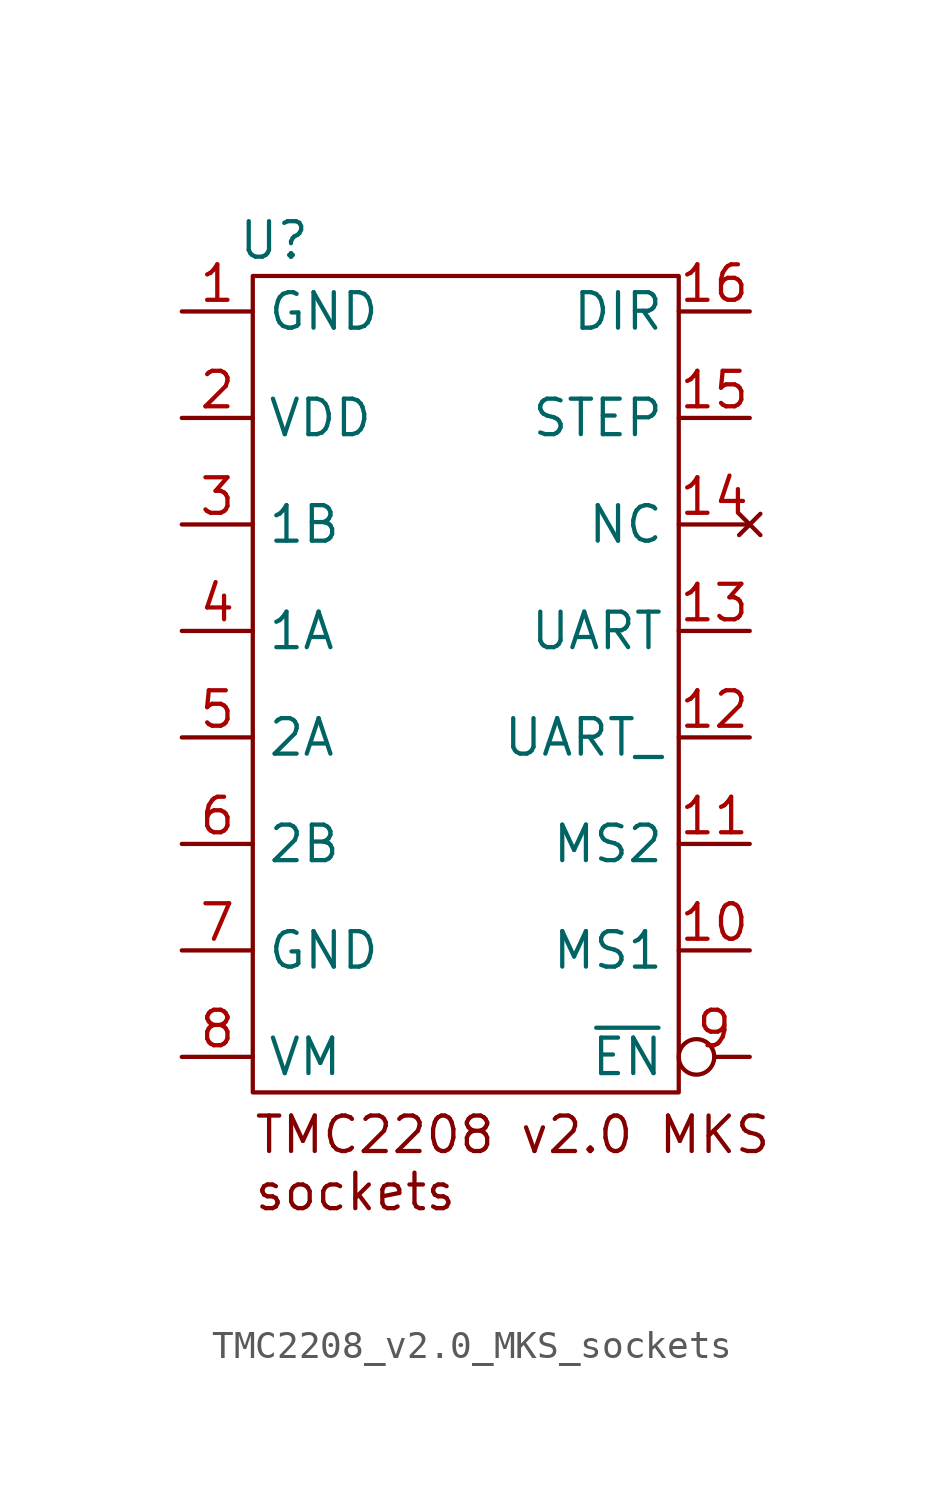
<source format=kicad_sym>
(kicad_symbol_lib
  (version 20231120)
  (generator "kicad_symbol_editor")
  (generator_version "8.0")
  (symbol "TMC2208_v2.0_MKS_sockets"
    (pin_names
      (offset 0.5))
    (property "Reference" "U"
      (at -6.858 15.24 0)
      (effects (font (size 1.27 1.27))))
    (property "Value" ""
      (at -6.35 3.81 0)
      (effects (font (size 1.27 1.27))))
    (symbol "TMC2208_v2.0_MKS_sockets_0_1"
      (rectangle (start 7.62 13.97) (end -7.62 -15.24) (stroke (width 0) (type default)) (fill (type none))))
    (symbol "TMC2208_v2.0_MKS_sockets_1_1"
      (text "TMC2208 v2.0 MKS\nsockets" (at -7.62 -17.78 0) (effects (font (size 1.27 1.27)) (justify left)))
      (pin power_in line (at -10.16 12.7 0) (length 2.54) (name "GND" (effects (font (size 1.27 1.27)))) (number "1" (effects (font (size 1.27 1.27)))))
      (pin input line (at 10.16 -10.16 180) (length 2.54) (name "MS1" (effects (font (size 1.27 1.27)))) (number "10" (effects (font (size 1.27 1.27)))))
      (pin input line (at 10.16 -6.35 180) (length 2.54) (name "MS2" (effects (font (size 1.27 1.27)))) (number "11" (effects (font (size 1.27 1.27)))))
      (pin power_in line (at 10.16 -2.54 180) (length 2.54) (name "UART_" (effects (font (size 1.27 1.27)))) (number "12" (effects (font (size 1.27 1.27)))))
      (pin bidirectional line (at 10.16 1.27 180) (length 2.54) (name "UART" (effects (font (size 1.27 1.27)))) (number "13" (effects (font (size 1.27 1.27)))))
      (pin no_connect line (at 10.16 5.08 180) (length 2.54) (name "NC" (effects (font (size 1.27 1.27)))) (number "14" (effects (font (size 1.27 1.27)))))
      (pin input line (at 10.16 8.89 180) (length 2.54) (name "STEP" (effects (font (size 1.27 1.27)))) (number "15" (effects (font (size 1.27 1.27)))))
      (pin input line (at 10.16 12.7 180) (length 2.54) (name "DIR" (effects (font (size 1.27 1.27)))) (number "16" (effects (font (size 1.27 1.27)))))
      (pin power_in line (at -10.16 8.89 0) (length 2.54) (name "VDD" (effects (font (size 1.27 1.27)))) (number "2" (effects (font (size 1.27 1.27)))))
      (pin output line (at -10.16 5.08 0) (length 2.54) (name "1B" (effects (font (size 1.27 1.27)))) (number "3" (effects (font (size 1.27 1.27)))))
      (pin output line (at -10.16 1.27 0) (length 2.54) (name "1A" (effects (font (size 1.27 1.27)))) (number "4" (effects (font (size 1.27 1.27)))))
      (pin output line (at -10.16 -2.54 0) (length 2.54) (name "2A" (effects (font (size 1.27 1.27)))) (number "5" (effects (font (size 1.27 1.27)))))
      (pin output line (at -10.16 -6.35 0) (length 2.54) (name "2B" (effects (font (size 1.27 1.27)))) (number "6" (effects (font (size 1.27 1.27)))))
      (pin power_in line (at -10.16 -10.16 0) (length 2.54) (name "GND" (effects (font (size 1.27 1.27)))) (number "7" (effects (font (size 1.27 1.27)))))
      (pin power_in line (at -10.16 -13.97 0) (length 2.54) (name "VM" (effects (font (size 1.27 1.27)))) (number "8" (effects (font (size 1.27 1.27)))))
      (pin input inverted (at 10.16 -13.97 180) (length 2.54) (name "~{EN}" (effects (font (size 1.27 1.27)))) (number "9" (effects (font (size 1.27 1.27))))))))
</source>
